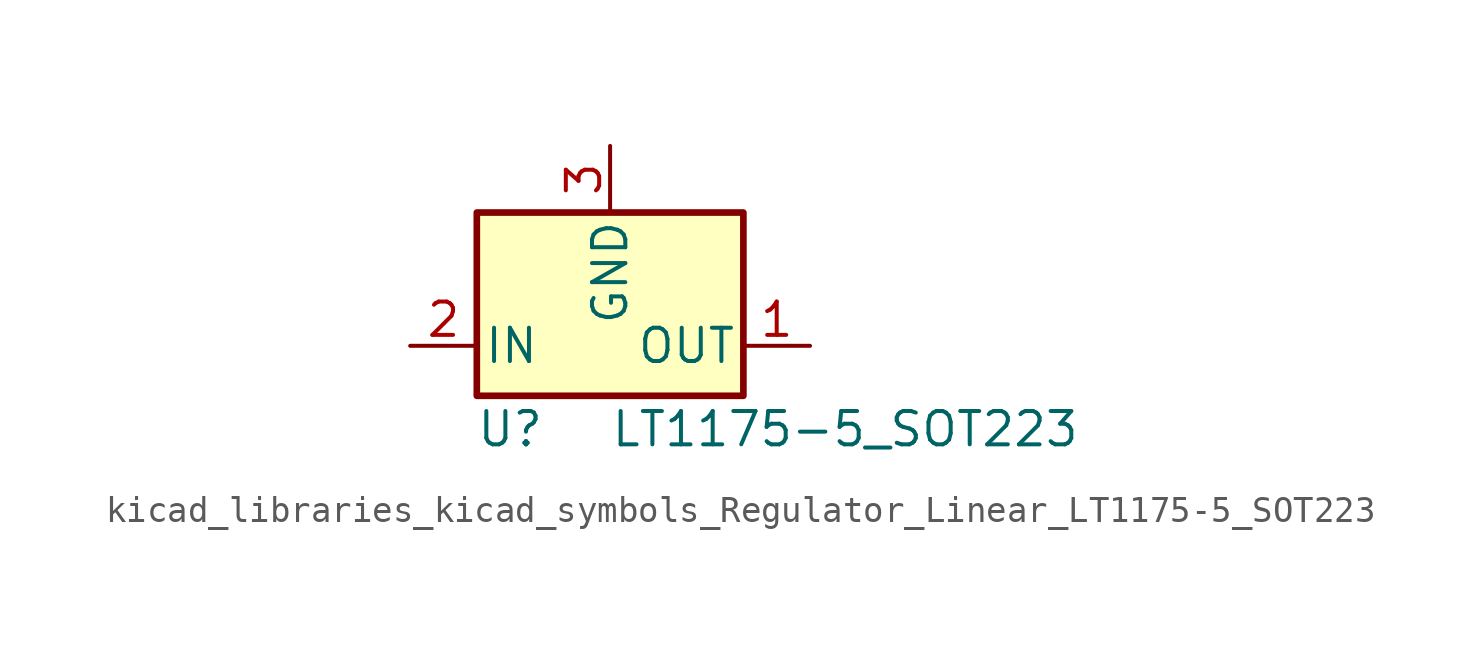
<source format=kicad_sym>
(kicad_symbol_lib
  (version 20220914)
  (generator kicad_symbol_editor)
  (symbol "kicad_libraries_kicad_symbols_Regulator_Linear_LT1175-5_SOT223"
    (pin_names
      (offset 0.254))
    (property "Reference" "U"
      (at -3.81 -3.175 0)
      (effects (font (size 1.27 1.27))))
    (property "Value" "LT1175-5_SOT223"
      (at 0 -3.175 0)
      (effects (font (size 1.27 1.27)) (justify left)))
    (symbol "kicad_libraries_kicad_symbols_Regulator_Linear_LT1175-5_SOT223_0_1"
      (rectangle (start -5.08 -1.905) (end 5.08 5.08) (stroke (width 0.254) (type default)) (fill (type background))))
    (symbol "kicad_libraries_kicad_symbols_Regulator_Linear_LT1175-5_SOT223_1_1"
      (pin power_out line (at 7.62 0 180) (length 2.54) (name "OUT" (effects (font (size 1.27 1.27)))) (number "1" (effects (font (size 1.27 1.27)))))
      (pin power_in line (at -7.62 0 0) (length 2.54) (name "IN" (effects (font (size 1.27 1.27)))) (number "2" (effects (font (size 1.27 1.27)))))
      (pin power_in line (at 0 7.62 270) (length 2.54) (name "GND" (effects (font (size 1.27 1.27)))) (number "3" (effects (font (size 1.27 1.27))))))))
</source>
